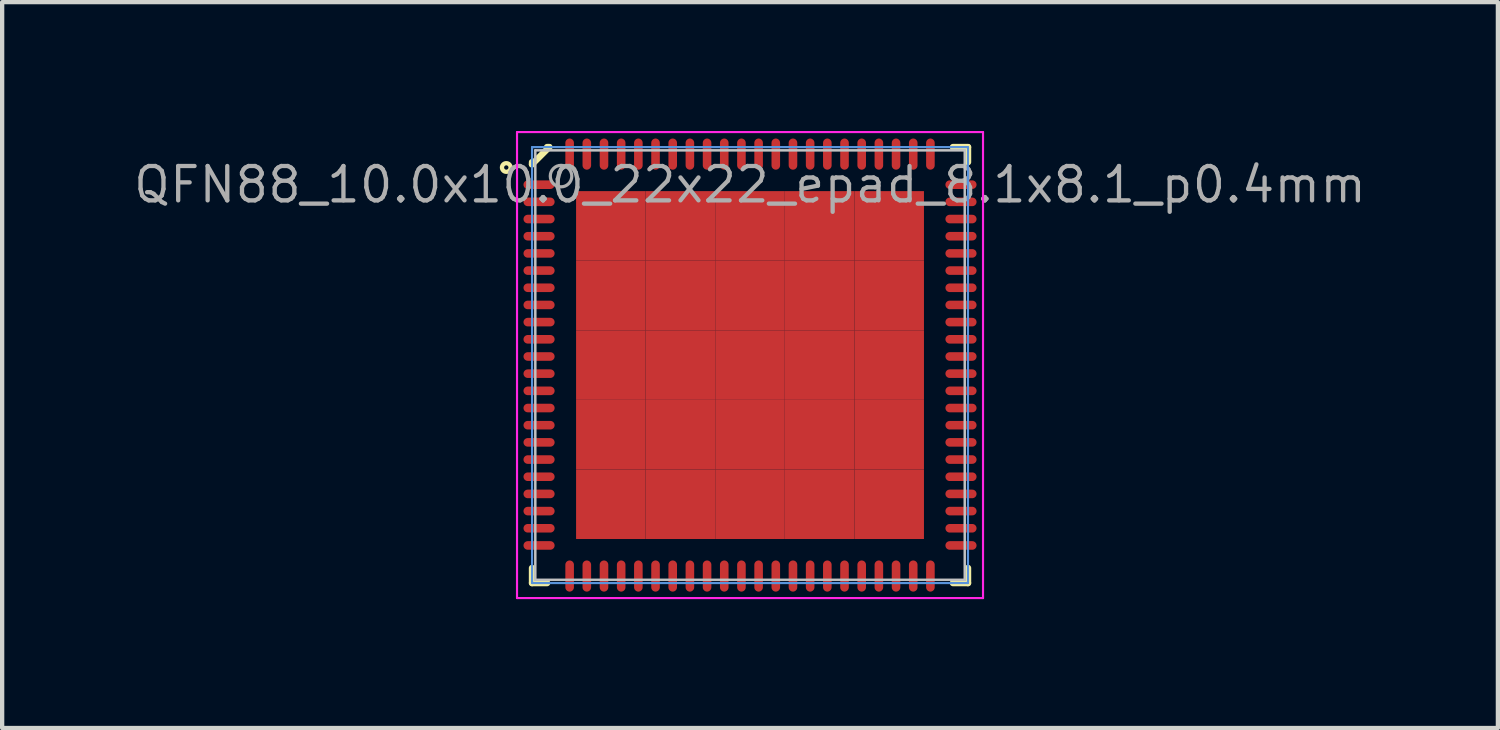
<source format=kicad_pcb>
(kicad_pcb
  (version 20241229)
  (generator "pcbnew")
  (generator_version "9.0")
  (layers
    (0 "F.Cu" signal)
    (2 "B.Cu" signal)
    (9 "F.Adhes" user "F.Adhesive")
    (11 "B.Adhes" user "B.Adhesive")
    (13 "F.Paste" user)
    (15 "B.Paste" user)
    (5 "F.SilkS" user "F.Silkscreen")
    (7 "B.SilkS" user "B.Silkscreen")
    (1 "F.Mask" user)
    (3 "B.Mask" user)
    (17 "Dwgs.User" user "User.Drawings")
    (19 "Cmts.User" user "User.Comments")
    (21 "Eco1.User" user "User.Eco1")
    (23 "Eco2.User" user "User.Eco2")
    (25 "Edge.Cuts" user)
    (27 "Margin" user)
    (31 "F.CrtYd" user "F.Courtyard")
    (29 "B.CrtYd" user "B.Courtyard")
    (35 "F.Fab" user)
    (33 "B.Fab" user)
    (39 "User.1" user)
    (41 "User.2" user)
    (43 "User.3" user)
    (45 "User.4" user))
  (footprint "QFN88_10.0x10.0_22x22_epad_8.1x8.1_p0.4mm"
    (layer "F.Cu")
    (at 14.413 5.45)
    (property "Reference" "QFN88_10.0x10.0_22x22_epad_8.1x8.1_p0.4mm" (at 0 -4.2 0) (layer "F.Fab") (effects (font (size 0.8 0.8) (thickness 0.1))))
    (attr through_hole)
    (fp_line (start -5.075 -4.675) (end -5.075 -4.725) (stroke (width 0.15) (type solid)) (layer "F.SilkS"))
    (fp_line (start -5.075 -4.675) (end -4.675 -5.075) (stroke (width 0.15) (type solid)) (layer "F.SilkS"))
    (fp_line (start -5.075 5.075) (end -5.075 4.725) (stroke (width 0.15) (type solid)) (layer "F.SilkS"))
    (fp_line (start -5.075 5.075) (end -4.725 5.075) (stroke (width 0.15) (type solid)) (layer "F.SilkS"))
    (fp_line (start -4.725 -5.075) (end -4.675 -5.075) (stroke (width 0.15) (type solid)) (layer "F.SilkS"))
    (fp_line (start 5.075 -5.075) (end 4.725 -5.075) (stroke (width 0.15) (type solid)) (layer "F.SilkS"))
    (fp_line (start 5.075 -5.075) (end 5.075 -4.725) (stroke (width 0.15) (type solid)) (layer "F.SilkS"))
    (fp_line (start 5.075 5.075) (end 4.725 5.075) (stroke (width 0.15) (type solid)) (layer "F.SilkS"))
    (fp_line (start 5.075 5.075) (end 5.075 4.725) (stroke (width 0.15) (type solid)) (layer "F.SilkS"))
    (fp_circle (center -5.675 -4.6) (end -5.604 -4.529) (stroke (width 0.1) (type solid)) (fill no) (layer "F.SilkS"))
    (fp_line (start -5 -5) (end -5 5) (stroke (width 0.05) (type solid)) (layer "Dwgs.User"))
    (fp_line (start -5 -5) (end 5 -5) (stroke (width 0.05) (type solid)) (layer "Dwgs.User"))
    (fp_line (start -5 5) (end 5 5) (stroke (width 0.05) (type solid)) (layer "Dwgs.User"))
    (fp_line (start 5 -5) (end 5 5) (stroke (width 0.05) (type solid)) (layer "Dwgs.User"))
    (fp_line (start -5.075 -5.075) (end -5.075 5.075) (stroke (width 0.05) (type solid)) (layer "Cmts.User"))
    (fp_line (start -5.075 -5.075) (end 5.075 -5.075) (stroke (width 0.05) (type solid)) (layer "Cmts.User"))
    (fp_line (start -5.075 5.075) (end 5.075 5.075) (stroke (width 0.05) (type solid)) (layer "Cmts.User"))
    (fp_line (start 5.075 -5.075) (end 5.075 5.075) (stroke (width 0.05) (type solid)) (layer "Cmts.User"))
    (fp_line (start -4.925 -4.925) (end -4.925 4.925) (stroke (width 0.05) (type solid)) (layer "Eco1.User"))
    (fp_line (start -4.925 -4.925) (end 4.925 -4.925) (stroke (width 0.05) (type solid)) (layer "Eco1.User"))
    (fp_line (start -4.925 4.925) (end 4.925 4.925) (stroke (width 0.05) (type solid)) (layer "Eco1.User"))
    (fp_line (start 4.925 -4.925) (end 4.925 4.925) (stroke (width 0.05) (type solid)) (layer "Eco1.User"))
    (fp_line (start -5.425 -5.425) (end -5.425 5.425) (stroke (width 0.05) (type solid)) (layer "F.CrtYd"))
    (fp_line (start -5.425 -5.425) (end 5.425 -5.425) (stroke (width 0.05) (type solid)) (layer "F.CrtYd"))
    (fp_line (start -5.425 5.425) (end 5.425 5.425) (stroke (width 0.05) (type solid)) (layer "F.CrtYd"))
    (fp_line (start 5.425 -5.425) (end 5.425 5.425) (stroke (width 0.05) (type solid)) (layer "F.CrtYd"))
    (fp_line (start -5 -5) (end -5 5) (stroke (width 0.05) (type solid)) (layer "F.Fab"))
    (fp_line (start -5 -5) (end 5 -5) (stroke (width 0.05) (type solid)) (layer "F.Fab"))
    (fp_line (start -5 5) (end 5 5) (stroke (width 0.05) (type solid)) (layer "F.Fab"))
    (fp_line (start 5 -5) (end 5 5) (stroke (width 0.05) (type solid)) (layer "F.Fab"))
    (fp_circle (center -4.4 -4.4) (end -4.223 -4.223) (stroke (width 0.075) (type solid)) (fill no) (layer "F.Fab"))
    (pad "1" smd oval (at -4.912 -4.2 180) (size 0.725 0.2) (layers "F.Cu" "F.Mask" "F.Paste"))
    (pad "2" smd oval (at -4.912 -3.8 180) (size 0.725 0.2) (layers "F.Cu" "F.Mask" "F.Paste"))
    (pad "3" smd oval (at -4.912 -3.4 180) (size 0.725 0.2) (layers "F.Cu" "F.Mask" "F.Paste"))
    (pad "4" smd oval (at -4.912 -3 180) (size 0.725 0.2) (layers "F.Cu" "F.Mask" "F.Paste"))
    (pad "5" smd oval (at -4.912 -2.6 180) (size 0.725 0.2) (layers "F.Cu" "F.Mask" "F.Paste"))
    (pad "6" smd oval (at -4.912 -2.2 180) (size 0.725 0.2) (layers "F.Cu" "F.Mask" "F.Paste"))
    (pad "7" smd oval (at -4.912 -1.8 180) (size 0.725 0.2) (layers "F.Cu" "F.Mask" "F.Paste"))
    (pad "8" smd oval (at -4.912 -1.4 180) (size 0.725 0.2) (layers "F.Cu" "F.Mask" "F.Paste"))
    (pad "9" smd oval (at -4.912 -1 180) (size 0.725 0.2) (layers "F.Cu" "F.Mask" "F.Paste"))
    (pad "10" smd oval (at -4.912 -0.6 180) (size 0.725 0.2) (layers "F.Cu" "F.Mask" "F.Paste"))
    (pad "11" smd oval (at -4.912 -0.2 180) (size 0.725 0.2) (layers "F.Cu" "F.Mask" "F.Paste"))
    (pad "12" smd oval (at -4.912 0.2 180) (size 0.725 0.2) (layers "F.Cu" "F.Mask" "F.Paste"))
    (pad "13" smd oval (at -4.912 0.6 180) (size 0.725 0.2) (layers "F.Cu" "F.Mask" "F.Paste"))
    (pad "14" smd oval (at -4.912 1 180) (size 0.725 0.2) (layers "F.Cu" "F.Mask" "F.Paste"))
    (pad "15" smd oval (at -4.912 1.4 180) (size 0.725 0.2) (layers "F.Cu" "F.Mask" "F.Paste"))
    (pad "16" smd oval (at -4.912 1.8 180) (size 0.725 0.2) (layers "F.Cu" "F.Mask" "F.Paste"))
    (pad "17" smd oval (at -4.912 2.2 180) (size 0.725 0.2) (layers "F.Cu" "F.Mask" "F.Paste"))
    (pad "18" smd oval (at -4.912 2.6 180) (size 0.725 0.2) (layers "F.Cu" "F.Mask" "F.Paste"))
    (pad "19" smd oval (at -4.912 3 180) (size 0.725 0.2) (layers "F.Cu" "F.Mask" "F.Paste"))
    (pad "20" smd oval (at -4.912 3.4 180) (size 0.725 0.2) (layers "F.Cu" "F.Mask" "F.Paste"))
    (pad "21" smd oval (at -4.912 3.8 180) (size 0.725 0.2) (layers "F.Cu" "F.Mask" "F.Paste"))
    (pad "22" smd oval (at -4.912 4.2 180) (size 0.725 0.2) (layers "F.Cu" "F.Mask" "F.Paste"))
    (pad "23" smd oval (at -4.2 4.912 270) (size 0.725 0.2) (layers "F.Cu" "F.Mask" "F.Paste"))
    (pad "24" smd oval (at -3.8 4.912 270) (size 0.725 0.2) (layers "F.Cu" "F.Mask" "F.Paste"))
    (pad "25" smd oval (at -3.4 4.912 270) (size 0.725 0.2) (layers "F.Cu" "F.Mask" "F.Paste"))
    (pad "26" smd oval (at -3 4.912 270) (size 0.725 0.2) (layers "F.Cu" "F.Mask" "F.Paste"))
    (pad "27" smd oval (at -2.6 4.912 270) (size 0.725 0.2) (layers "F.Cu" "F.Mask" "F.Paste"))
    (pad "28" smd oval (at -2.2 4.912 270) (size 0.725 0.2) (layers "F.Cu" "F.Mask" "F.Paste"))
    (pad "29" smd oval (at -1.8 4.912 270) (size 0.725 0.2) (layers "F.Cu" "F.Mask" "F.Paste"))
    (pad "30" smd oval (at -1.4 4.912 270) (size 0.725 0.2) (layers "F.Cu" "F.Mask" "F.Paste"))
    (pad "31" smd oval (at -1 4.912 270) (size 0.725 0.2) (layers "F.Cu" "F.Mask" "F.Paste"))
    (pad "32" smd oval (at -0.6 4.912 270) (size 0.725 0.2) (layers "F.Cu" "F.Mask" "F.Paste"))
    (pad "33" smd oval (at -0.2 4.912 270) (size 0.725 0.2) (layers "F.Cu" "F.Mask" "F.Paste"))
    (pad "34" smd oval (at 0.2 4.912 270) (size 0.725 0.2) (layers "F.Cu" "F.Mask" "F.Paste"))
    (pad "35" smd oval (at 0.6 4.912 270) (size 0.725 0.2) (layers "F.Cu" "F.Mask" "F.Paste"))
    (pad "36" smd oval (at 1 4.912 270) (size 0.725 0.2) (layers "F.Cu" "F.Mask" "F.Paste"))
    (pad "37" smd oval (at 1.4 4.912 270) (size 0.725 0.2) (layers "F.Cu" "F.Mask" "F.Paste"))
    (pad "38" smd oval (at 1.8 4.912 270) (size 0.725 0.2) (layers "F.Cu" "F.Mask" "F.Paste"))
    (pad "39" smd oval (at 2.2 4.912 270) (size 0.725 0.2) (layers "F.Cu" "F.Mask" "F.Paste"))
    (pad "40" smd oval (at 2.6 4.912 270) (size 0.725 0.2) (layers "F.Cu" "F.Mask" "F.Paste"))
    (pad "41" smd oval (at 3 4.912 270) (size 0.725 0.2) (layers "F.Cu" "F.Mask" "F.Paste"))
    (pad "42" smd oval (at 3.4 4.912 270) (size 0.725 0.2) (layers "F.Cu" "F.Mask" "F.Paste"))
    (pad "43" smd oval (at 3.8 4.912 270) (size 0.725 0.2) (layers "F.Cu" "F.Mask" "F.Paste"))
    (pad "44" smd oval (at 4.2 4.912 270) (size 0.725 0.2) (layers "F.Cu" "F.Mask" "F.Paste"))
    (pad "45" smd oval (at 4.912 4.2) (size 0.725 0.2) (layers "F.Cu" "F.Mask" "F.Paste"))
    (pad "46" smd oval (at 4.912 3.8) (size 0.725 0.2) (layers "F.Cu" "F.Mask" "F.Paste"))
    (pad "47" smd oval (at 4.912 3.4) (size 0.725 0.2) (layers "F.Cu" "F.Mask" "F.Paste"))
    (pad "48" smd oval (at 4.912 3) (size 0.725 0.2) (layers "F.Cu" "F.Mask" "F.Paste"))
    (pad "49" smd oval (at 4.912 2.6) (size 0.725 0.2) (layers "F.Cu" "F.Mask" "F.Paste"))
    (pad "50" smd oval (at 4.912 2.2) (size 0.725 0.2) (layers "F.Cu" "F.Mask" "F.Paste"))
    (pad "51" smd oval (at 4.912 1.8) (size 0.725 0.2) (layers "F.Cu" "F.Mask" "F.Paste"))
    (pad "52" smd oval (at 4.912 1.4) (size 0.725 0.2) (layers "F.Cu" "F.Mask" "F.Paste"))
    (pad "53" smd oval (at 4.912 1) (size 0.725 0.2) (layers "F.Cu" "F.Mask" "F.Paste"))
    (pad "54" smd oval (at 4.912 0.6) (size 0.725 0.2) (layers "F.Cu" "F.Mask" "F.Paste"))
    (pad "55" smd oval (at 4.912 0.2) (size 0.725 0.2) (layers "F.Cu" "F.Mask" "F.Paste"))
    (pad "56" smd oval (at 4.912 -0.2) (size 0.725 0.2) (layers "F.Cu" "F.Mask" "F.Paste"))
    (pad "57" smd oval (at 4.912 -0.6) (size 0.725 0.2) (layers "F.Cu" "F.Mask" "F.Paste"))
    (pad "58" smd oval (at 4.912 -1) (size 0.725 0.2) (layers "F.Cu" "F.Mask" "F.Paste"))
    (pad "59" smd oval (at 4.912 -1.4) (size 0.725 0.2) (layers "F.Cu" "F.Mask" "F.Paste"))
    (pad "60" smd oval (at 4.912 -1.8) (size 0.725 0.2) (layers "F.Cu" "F.Mask" "F.Paste"))
    (pad "61" smd oval (at 4.912 -2.2) (size 0.725 0.2) (layers "F.Cu" "F.Mask" "F.Paste"))
    (pad "62" smd oval (at 4.912 -2.6) (size 0.725 0.2) (layers "F.Cu" "F.Mask" "F.Paste"))
    (pad "63" smd oval (at 4.912 -3) (size 0.725 0.2) (layers "F.Cu" "F.Mask" "F.Paste"))
    (pad "64" smd oval (at 4.912 -3.4) (size 0.725 0.2) (layers "F.Cu" "F.Mask" "F.Paste"))
    (pad "65" smd oval (at 4.912 -3.8) (size 0.725 0.2) (layers "F.Cu" "F.Mask" "F.Paste"))
    (pad "66" smd oval (at 4.912 -4.2) (size 0.725 0.2) (layers "F.Cu" "F.Mask" "F.Paste"))
    (pad "67" smd oval (at 4.2 -4.912 90) (size 0.725 0.2) (layers "F.Cu" "F.Mask" "F.Paste"))
    (pad "68" smd oval (at 3.8 -4.912 90) (size 0.725 0.2) (layers "F.Cu" "F.Mask" "F.Paste"))
    (pad "69" smd oval (at 3.4 -4.912 90) (size 0.725 0.2) (layers "F.Cu" "F.Mask" "F.Paste"))
    (pad "70" smd oval (at 3 -4.912 90) (size 0.725 0.2) (layers "F.Cu" "F.Mask" "F.Paste"))
    (pad "71" smd oval (at 2.6 -4.912 90) (size 0.725 0.2) (layers "F.Cu" "F.Mask" "F.Paste"))
    (pad "72" smd oval (at 2.2 -4.912 90) (size 0.725 0.2) (layers "F.Cu" "F.Mask" "F.Paste"))
    (pad "73" smd oval (at 1.8 -4.912 90) (size 0.725 0.2) (layers "F.Cu" "F.Mask" "F.Paste"))
    (pad "74" smd oval (at 1.4 -4.912 90) (size 0.725 0.2) (layers "F.Cu" "F.Mask" "F.Paste"))
    (pad "75" smd oval (at 1 -4.912 90) (size 0.725 0.2) (layers "F.Cu" "F.Mask" "F.Paste"))
    (pad "76" smd oval (at 0.6 -4.912 90) (size 0.725 0.2) (layers "F.Cu" "F.Mask" "F.Paste"))
    (pad "77" smd oval (at 0.2 -4.912 90) (size 0.725 0.2) (layers "F.Cu" "F.Mask" "F.Paste"))
    (pad "78" smd oval (at -0.2 -4.912 90) (size 0.725 0.2) (layers "F.Cu" "F.Mask" "F.Paste"))
    (pad "79" smd oval (at -0.6 -4.912 90) (size 0.725 0.2) (layers "F.Cu" "F.Mask" "F.Paste"))
    (pad "80" smd oval (at -1 -4.912 90) (size 0.725 0.2) (layers "F.Cu" "F.Mask" "F.Paste"))
    (pad "81" smd oval (at -1.4 -4.912 90) (size 0.725 0.2) (layers "F.Cu" "F.Mask" "F.Paste"))
    (pad "82" smd oval (at -1.8 -4.912 90) (size 0.725 0.2) (layers "F.Cu" "F.Mask" "F.Paste"))
    (pad "83" smd oval (at -2.2 -4.912 90) (size 0.725 0.2) (layers "F.Cu" "F.Mask" "F.Paste"))
    (pad "84" smd oval (at -2.6 -4.912 90) (size 0.725 0.2) (layers "F.Cu" "F.Mask" "F.Paste"))
    (pad "85" smd oval (at -3 -4.912 90) (size 0.725 0.2) (layers "F.Cu" "F.Mask" "F.Paste"))
    (pad "86" smd oval (at -3.4 -4.912 90) (size 0.725 0.2) (layers "F.Cu" "F.Mask" "F.Paste"))
    (pad "87" smd oval (at -3.8 -4.912 90) (size 0.725 0.2) (layers "F.Cu" "F.Mask" "F.Paste"))
    (pad "88" smd oval (at -4.2 -4.912 90) (size 0.725 0.2) (layers "F.Cu" "F.Mask" "F.Paste"))
    (pad "89" smd rect (at -3.24 -3.24) (size 1.62 1.62) (layers "F.Cu" "F.Mask" "F.Paste"))
    (pad "89" smd rect (at -3.24 -1.62) (size 1.62 1.62) (layers "F.Cu" "F.Mask" "F.Paste"))
    (pad "89" smd rect (at -3.24 0) (size 1.62 1.62) (layers "F.Cu" "F.Mask" "F.Paste"))
    (pad "89" smd rect (at -3.24 1.62) (size 1.62 1.62) (layers "F.Cu" "F.Mask" "F.Paste"))
    (pad "89" smd rect (at -3.24 3.24) (size 1.62 1.62) (layers "F.Cu" "F.Mask" "F.Paste"))
    (pad "89" smd rect (at -1.62 -3.24) (size 1.62 1.62) (layers "F.Cu" "F.Mask" "F.Paste"))
    (pad "89" smd rect (at -1.62 -1.62) (size 1.62 1.62) (layers "F.Cu" "F.Mask" "F.Paste"))
    (pad "89" smd rect (at -1.62 0) (size 1.62 1.62) (layers "F.Cu" "F.Mask" "F.Paste"))
    (pad "89" smd rect (at -1.62 1.62) (size 1.62 1.62) (layers "F.Cu" "F.Mask" "F.Paste"))
    (pad "89" smd rect (at -1.62 3.24) (size 1.62 1.62) (layers "F.Cu" "F.Mask" "F.Paste"))
    (pad "89" smd rect (at 0 -3.24) (size 1.62 1.62) (layers "F.Cu" "F.Mask" "F.Paste"))
    (pad "89" smd rect (at 0 -1.62) (size 1.62 1.62) (layers "F.Cu" "F.Mask" "F.Paste"))
    (pad "89" smd rect (at 0 0) (size 1.62 1.62) (layers "F.Cu" "F.Mask" "F.Paste"))
    (pad "89" smd rect (at 0 1.62) (size 1.62 1.62) (layers "F.Cu" "F.Mask" "F.Paste"))
    (pad "89" smd rect (at 0 3.24) (size 1.62 1.62) (layers "F.Cu" "F.Mask" "F.Paste"))
    (pad "89" smd rect (at 1.62 -3.24) (size 1.62 1.62) (layers "F.Cu" "F.Mask" "F.Paste"))
    (pad "89" smd rect (at 1.62 -1.62) (size 1.62 1.62) (layers "F.Cu" "F.Mask" "F.Paste"))
    (pad "89" smd rect (at 1.62 0) (size 1.62 1.62) (layers "F.Cu" "F.Mask" "F.Paste"))
    (pad "89" smd rect (at 1.62 1.62) (size 1.62 1.62) (layers "F.Cu" "F.Mask" "F.Paste"))
    (pad "89" smd rect (at 1.62 3.24) (size 1.62 1.62) (layers "F.Cu" "F.Mask" "F.Paste"))
    (pad "89" smd rect (at 3.24 -3.24) (size 1.62 1.62) (layers "F.Cu" "F.Mask" "F.Paste"))
    (pad "89" smd rect (at 3.24 -1.62) (size 1.62 1.62) (layers "F.Cu" "F.Mask" "F.Paste"))
    (pad "89" smd rect (at 3.24 0) (size 1.62 1.62) (layers "F.Cu" "F.Mask" "F.Paste"))
    (pad "89" smd rect (at 3.24 1.62) (size 1.62 1.62) (layers "F.Cu" "F.Mask" "F.Paste"))
    (pad "89" smd rect (at 3.24 3.24) (size 1.62 1.62) (layers "F.Cu" "F.Mask" "F.Paste")))
  (gr_rect
    (start -3 -3)
    (end 31.826 13.9)
    (stroke (width 0.1) (type default))
    (fill no)
    (layer "Edge.Cuts")))
</source>
